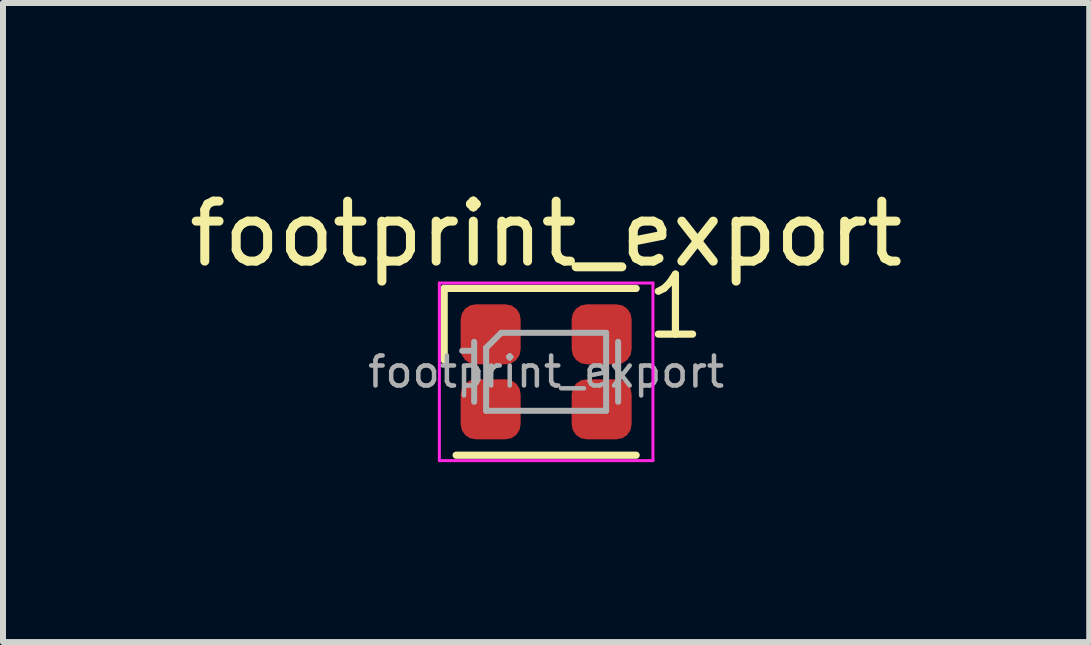
<source format=kicad_pcb>
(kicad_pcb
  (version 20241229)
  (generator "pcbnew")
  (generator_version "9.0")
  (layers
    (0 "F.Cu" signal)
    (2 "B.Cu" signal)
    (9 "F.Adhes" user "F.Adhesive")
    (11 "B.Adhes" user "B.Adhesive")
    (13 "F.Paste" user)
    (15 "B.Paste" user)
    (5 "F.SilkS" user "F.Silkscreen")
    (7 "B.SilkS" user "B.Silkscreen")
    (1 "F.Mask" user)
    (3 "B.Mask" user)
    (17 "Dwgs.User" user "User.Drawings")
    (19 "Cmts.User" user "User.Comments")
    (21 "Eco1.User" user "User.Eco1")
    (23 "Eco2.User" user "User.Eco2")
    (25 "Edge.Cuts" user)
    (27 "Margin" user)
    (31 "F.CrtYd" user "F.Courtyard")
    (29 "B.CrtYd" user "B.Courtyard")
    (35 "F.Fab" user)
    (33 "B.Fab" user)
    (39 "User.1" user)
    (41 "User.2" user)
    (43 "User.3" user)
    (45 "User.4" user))
  (footprint "footprint_export"
    (layer "F.Cu")
    (at 6.054 3.148)
    (property "Reference" "footprint_export" (at 0 -2.3 0) (layer "F.SilkS") (effects (font (size 1 1) (thickness 0.15))))
    (attr smd)
    (fp_line (start -1.7 -1.39) (end -1.7 -0.2) (stroke (width 0.12) (type default)) (layer "F.SilkS"))
    (fp_line (start 1.5 -1.39) (end -1.7 -1.39) (stroke (width 0.12) (type solid)) (layer "F.SilkS"))
    (fp_line (start 1.5 1.39) (end -1.5 1.39) (stroke (width 0.12) (type solid)) (layer "F.SilkS"))
    (fp_line (start -1.78 -1.48) (end -1.78 1.48) (stroke (width 0.05) (type solid)) (layer "F.CrtYd"))
    (fp_line (start -1.78 1.48) (end 1.78 1.48) (stroke (width 0.05) (type solid)) (layer "F.CrtYd"))
    (fp_line (start 1.78 -1.48) (end -1.78 -1.48) (stroke (width 0.05) (type solid)) (layer "F.CrtYd"))
    (fp_line (start 1.78 1.48) (end 1.78 -1.48) (stroke (width 0.05) (type solid)) (layer "F.CrtYd"))
    (fp_line (start -1.2 -0.35) (end -1.4 -0.35) (stroke (width 0.1) (type solid)) (layer "F.Fab"))
    (fp_line (start -1.2 0.5) (end -1.2 -0.5) (stroke (width 0.1) (type solid)) (layer "F.Fab"))
    (fp_line (start -1 -0.4) (end -0.75 -0.65) (stroke (width 0.1) (type solid)) (layer "F.Fab"))
    (fp_line (start -1 0.65) (end -1 -0.4) (stroke (width 0.1) (type solid)) (layer "F.Fab"))
    (fp_line (start -0.75 -0.65) (end 1 -0.65) (stroke (width 0.1) (type solid)) (layer "F.Fab"))
    (fp_line (start 1 -0.65) (end 1 0.65) (stroke (width 0.1) (type solid)) (layer "F.Fab"))
    (fp_line (start 1 0.65) (end -1 0.65) (stroke (width 0.1) (type solid)) (layer "F.Fab"))
    (fp_line (start 1.2 0.5) (end 1.2 -0.5) (stroke (width 0.1) (type solid)) (layer "F.Fab"))
    (fp_text user "1" (at 1.6 -0.5 0) (unlocked yes) (layer "F.SilkS") (effects (font (size 1 1) (thickness 0.12)) (justify left bottom)))
    (fp_text user "${REFERENCE}" (at 0 0 0) (layer "F.Fab") (effects (font (size 0.5 0.5) (thickness 0.075))))
    (pad "1" smd roundrect (at 0.925 -0.625 180) (size 1 1) (layers "F.Cu" "F.Mask" "F.Paste") (roundrect_rratio 0.25))
    (pad "2" smd roundrect (at -0.925 -0.625 180) (size 1 1) (layers "F.Cu" "F.Mask" "F.Paste") (roundrect_rratio 0.25))
    (pad "3" smd roundrect (at -0.925 0.625 180) (size 1 1) (layers "F.Cu" "F.Mask" "F.Paste") (roundrect_rratio 0.25))
    (pad "4" smd roundrect (at 0.925 0.625 180) (size 1 1) (layers "F.Cu" "F.Mask" "F.Paste") (roundrect_rratio 0.25)))
  (gr_rect
    (start -3 -3)
    (end 15.107 7.653)
    (stroke (width 0.1) (type default))
    (fill no)
    (layer "Edge.Cuts")))
</source>
